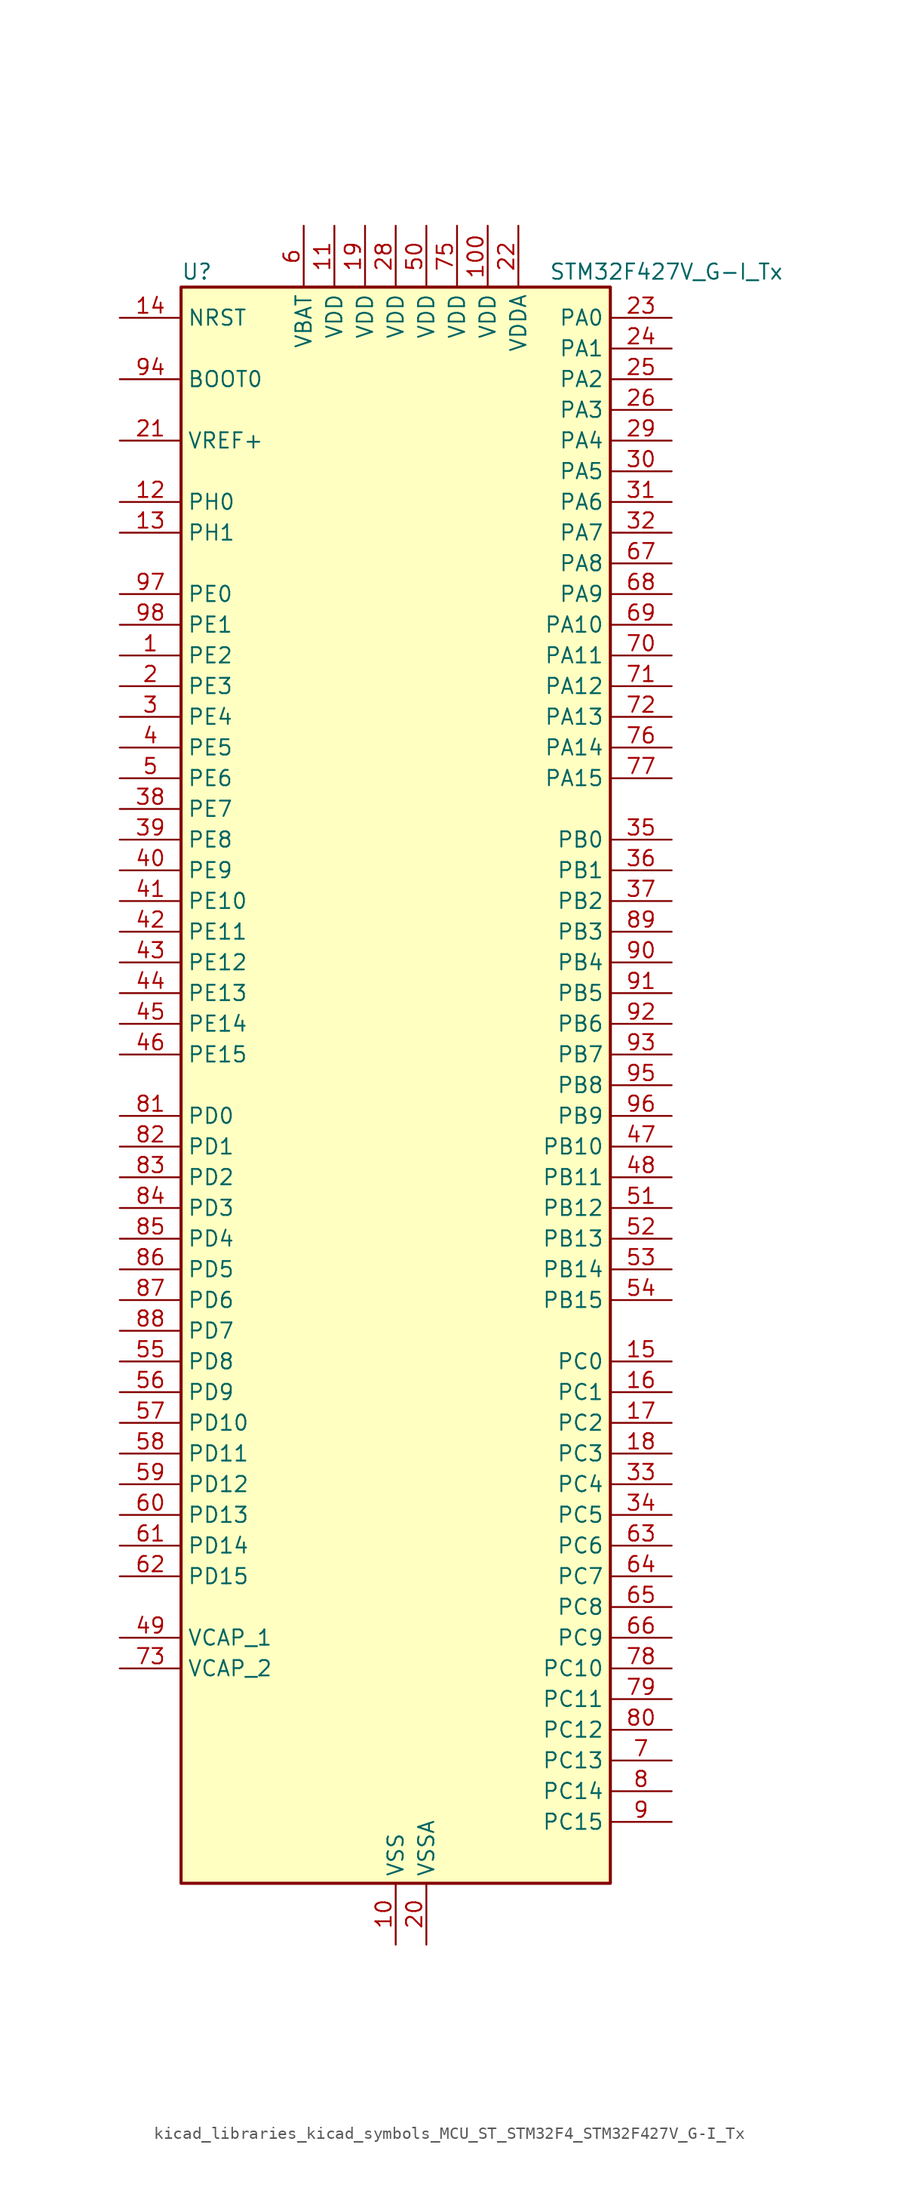
<source format=kicad_sym>
(kicad_symbol_lib
  (version 20220914)
  (generator kicad_symbol_editor)
  (symbol "kicad_libraries_kicad_symbols_MCU_ST_STM32F4_STM32F427V_G-I_Tx"
    (property "Reference" "U"
      (at -17.78 67.31 0)
      (effects (font (size 1.27 1.27)) (justify left)))
    (property "Value" "STM32F427V_G-I_Tx"
      (at 12.7 67.31 0)
      (effects (font (size 1.27 1.27)) (justify left)))
    (property "ki_locked" ""
      (at 0 0 0)
      (effects (font (size 1.27 1.27))))
    (symbol "kicad_libraries_kicad_symbols_MCU_ST_STM32F4_STM32F427V_G-I_Tx_0_1"
      (rectangle (start -17.78 -66.04) (end 17.78 66.04) (stroke (width 0.254) (type default)) (fill (type background))))
    (symbol "kicad_libraries_kicad_symbols_MCU_ST_STM32F4_STM32F427V_G-I_Tx_1_1"
      (pin bidirectional line (at -22.86 35.56 0) (length 5.08) (name "PE2" (effects (font (size 1.27 1.27)))) (number "1" (effects (font (size 1.27 1.27)))) (alternate "ETH_TXD3" bidirectional line) (alternate "FMC_A23" bidirectional line) (alternate "SAI1_MCLK_A" bidirectional line) (alternate "SPI4_SCK" bidirectional line) (alternate "SYS_TRACECLK" bidirectional line))
      (pin power_in line (at 0 -71.12 90) (length 5.08) (name "VSS" (effects (font (size 1.27 1.27)))) (number "10" (effects (font (size 1.27 1.27)))))
      (pin power_in line (at 7.62 71.12 270) (length 5.08) (name "VDD" (effects (font (size 1.27 1.27)))) (number "100" (effects (font (size 1.27 1.27)))))
      (pin power_in line (at -5.08 71.12 270) (length 5.08) (name "VDD" (effects (font (size 1.27 1.27)))) (number "11" (effects (font (size 1.27 1.27)))))
      (pin bidirectional line (at -22.86 48.26 0) (length 5.08) (name "PH0" (effects (font (size 1.27 1.27)))) (number "12" (effects (font (size 1.27 1.27)))) (alternate "RCC_OSC_IN" bidirectional line))
      (pin bidirectional line (at -22.86 45.72 0) (length 5.08) (name "PH1" (effects (font (size 1.27 1.27)))) (number "13" (effects (font (size 1.27 1.27)))) (alternate "RCC_OSC_OUT" bidirectional line))
      (pin input line (at -22.86 63.5 0) (length 5.08) (name "NRST" (effects (font (size 1.27 1.27)))) (number "14" (effects (font (size 1.27 1.27)))))
      (pin bidirectional line (at 22.86 -22.86 180) (length 5.08) (name "PC0" (effects (font (size 1.27 1.27)))) (number "15" (effects (font (size 1.27 1.27)))) (alternate "ADC1_IN10" bidirectional line) (alternate "ADC2_IN10" bidirectional line) (alternate "ADC3_IN10" bidirectional line) (alternate "FMC_SDNWE" bidirectional line) (alternate "USB_OTG_HS_ULPI_STP" bidirectional line))
      (pin bidirectional line (at 22.86 -25.4 180) (length 5.08) (name "PC1" (effects (font (size 1.27 1.27)))) (number "16" (effects (font (size 1.27 1.27)))) (alternate "ADC1_IN11" bidirectional line) (alternate "ADC2_IN11" bidirectional line) (alternate "ADC3_IN11" bidirectional line) (alternate "ETH_MDC" bidirectional line))
      (pin bidirectional line (at 22.86 -27.94 180) (length 5.08) (name "PC2" (effects (font (size 1.27 1.27)))) (number "17" (effects (font (size 1.27 1.27)))) (alternate "ADC1_IN12" bidirectional line) (alternate "ADC2_IN12" bidirectional line) (alternate "ADC3_IN12" bidirectional line) (alternate "ETH_TXD2" bidirectional line) (alternate "FMC_SDNE0" bidirectional line) (alternate "I2S2_ext_SD" bidirectional line) (alternate "SPI2_MISO" bidirectional line) (alternate "USB_OTG_HS_ULPI_DIR" bidirectional line))
      (pin bidirectional line (at 22.86 -30.48 180) (length 5.08) (name "PC3" (effects (font (size 1.27 1.27)))) (number "18" (effects (font (size 1.27 1.27)))) (alternate "ADC1_IN13" bidirectional line) (alternate "ADC2_IN13" bidirectional line) (alternate "ADC3_IN13" bidirectional line) (alternate "ETH_TX_CLK" bidirectional line) (alternate "FMC_SDCKE0" bidirectional line) (alternate "I2S2_SD" bidirectional line) (alternate "SPI2_MOSI" bidirectional line) (alternate "USB_OTG_HS_ULPI_NXT" bidirectional line))
      (pin power_in line (at -2.54 71.12 270) (length 5.08) (name "VDD" (effects (font (size 1.27 1.27)))) (number "19" (effects (font (size 1.27 1.27)))))
      (pin bidirectional line (at -22.86 33.02 0) (length 5.08) (name "PE3" (effects (font (size 1.27 1.27)))) (number "2" (effects (font (size 1.27 1.27)))) (alternate "FMC_A19" bidirectional line) (alternate "SAI1_SD_B" bidirectional line) (alternate "SYS_TRACED0" bidirectional line))
      (pin power_in line (at 2.54 -71.12 90) (length 5.08) (name "VSSA" (effects (font (size 1.27 1.27)))) (number "20" (effects (font (size 1.27 1.27)))))
      (pin input line (at -22.86 53.34 0) (length 5.08) (name "VREF+" (effects (font (size 1.27 1.27)))) (number "21" (effects (font (size 1.27 1.27)))))
      (pin power_in line (at 10.16 71.12 270) (length 5.08) (name "VDDA" (effects (font (size 1.27 1.27)))) (number "22" (effects (font (size 1.27 1.27)))))
      (pin bidirectional line (at 22.86 63.5 180) (length 5.08) (name "PA0" (effects (font (size 1.27 1.27)))) (number "23" (effects (font (size 1.27 1.27)))) (alternate "ADC1_IN0" bidirectional line) (alternate "ADC2_IN0" bidirectional line) (alternate "ADC3_IN0" bidirectional line) (alternate "ETH_CRS" bidirectional line) (alternate "SYS_WKUP" bidirectional line) (alternate "TIM2_CH1" bidirectional line) (alternate "TIM2_ETR" bidirectional line) (alternate "TIM5_CH1" bidirectional line) (alternate "TIM8_ETR" bidirectional line) (alternate "UART4_TX" bidirectional line) (alternate "USART2_CTS" bidirectional line))
      (pin bidirectional line (at 22.86 60.96 180) (length 5.08) (name "PA1" (effects (font (size 1.27 1.27)))) (number "24" (effects (font (size 1.27 1.27)))) (alternate "ADC1_IN1" bidirectional line) (alternate "ADC2_IN1" bidirectional line) (alternate "ADC3_IN1" bidirectional line) (alternate "ETH_REF_CLK" bidirectional line) (alternate "ETH_RX_CLK" bidirectional line) (alternate "TIM2_CH2" bidirectional line) (alternate "TIM5_CH2" bidirectional line) (alternate "UART4_RX" bidirectional line) (alternate "USART2_RTS" bidirectional line))
      (pin bidirectional line (at 22.86 58.42 180) (length 5.08) (name "PA2" (effects (font (size 1.27 1.27)))) (number "25" (effects (font (size 1.27 1.27)))) (alternate "ADC1_IN2" bidirectional line) (alternate "ADC2_IN2" bidirectional line) (alternate "ADC3_IN2" bidirectional line) (alternate "ETH_MDIO" bidirectional line) (alternate "TIM2_CH3" bidirectional line) (alternate "TIM5_CH3" bidirectional line) (alternate "TIM9_CH1" bidirectional line) (alternate "USART2_TX" bidirectional line))
      (pin bidirectional line (at 22.86 55.88 180) (length 5.08) (name "PA3" (effects (font (size 1.27 1.27)))) (number "26" (effects (font (size 1.27 1.27)))) (alternate "ADC1_IN3" bidirectional line) (alternate "ADC2_IN3" bidirectional line) (alternate "ADC3_IN3" bidirectional line) (alternate "ETH_COL" bidirectional line) (alternate "TIM2_CH4" bidirectional line) (alternate "TIM5_CH4" bidirectional line) (alternate "TIM9_CH2" bidirectional line) (alternate "USART2_RX" bidirectional line) (alternate "USB_OTG_HS_ULPI_D0" bidirectional line))
      (pin passive line (at 0 -71.12 90) (length 5.08) hide (name "VSS" (effects (font (size 1.27 1.27)))) (number "27" (effects (font (size 1.27 1.27)))))
      (pin power_in line (at 0 71.12 270) (length 5.08) (name "VDD" (effects (font (size 1.27 1.27)))) (number "28" (effects (font (size 1.27 1.27)))))
      (pin bidirectional line (at 22.86 53.34 180) (length 5.08) (name "PA4" (effects (font (size 1.27 1.27)))) (number "29" (effects (font (size 1.27 1.27)))) (alternate "ADC1_IN4" bidirectional line) (alternate "ADC2_IN4" bidirectional line) (alternate "DAC_OUT1" bidirectional line) (alternate "DCMI_HSYNC" bidirectional line) (alternate "I2S3_WS" bidirectional line) (alternate "SPI1_NSS" bidirectional line) (alternate "SPI3_NSS" bidirectional line) (alternate "USART2_CK" bidirectional line) (alternate "USB_OTG_HS_SOF" bidirectional line))
      (pin bidirectional line (at -22.86 30.48 0) (length 5.08) (name "PE4" (effects (font (size 1.27 1.27)))) (number "3" (effects (font (size 1.27 1.27)))) (alternate "DCMI_D4" bidirectional line) (alternate "FMC_A20" bidirectional line) (alternate "SAI1_FS_A" bidirectional line) (alternate "SPI4_NSS" bidirectional line) (alternate "SYS_TRACED1" bidirectional line))
      (pin bidirectional line (at 22.86 50.8 180) (length 5.08) (name "PA5" (effects (font (size 1.27 1.27)))) (number "30" (effects (font (size 1.27 1.27)))) (alternate "ADC1_IN5" bidirectional line) (alternate "ADC2_IN5" bidirectional line) (alternate "DAC_OUT2" bidirectional line) (alternate "SPI1_SCK" bidirectional line) (alternate "TIM2_CH1" bidirectional line) (alternate "TIM2_ETR" bidirectional line) (alternate "TIM8_CH1N" bidirectional line) (alternate "USB_OTG_HS_ULPI_CK" bidirectional line))
      (pin bidirectional line (at 22.86 48.26 180) (length 5.08) (name "PA6" (effects (font (size 1.27 1.27)))) (number "31" (effects (font (size 1.27 1.27)))) (alternate "ADC1_IN6" bidirectional line) (alternate "ADC2_IN6" bidirectional line) (alternate "DCMI_PIXCLK" bidirectional line) (alternate "SPI1_MISO" bidirectional line) (alternate "TIM13_CH1" bidirectional line) (alternate "TIM1_BKIN" bidirectional line) (alternate "TIM3_CH1" bidirectional line) (alternate "TIM8_BKIN" bidirectional line))
      (pin bidirectional line (at 22.86 45.72 180) (length 5.08) (name "PA7" (effects (font (size 1.27 1.27)))) (number "32" (effects (font (size 1.27 1.27)))) (alternate "ADC1_IN7" bidirectional line) (alternate "ADC2_IN7" bidirectional line) (alternate "ETH_CRS_DV" bidirectional line) (alternate "ETH_RX_DV" bidirectional line) (alternate "SPI1_MOSI" bidirectional line) (alternate "TIM14_CH1" bidirectional line) (alternate "TIM1_CH1N" bidirectional line) (alternate "TIM3_CH2" bidirectional line) (alternate "TIM8_CH1N" bidirectional line))
      (pin bidirectional line (at 22.86 -33.02 180) (length 5.08) (name "PC4" (effects (font (size 1.27 1.27)))) (number "33" (effects (font (size 1.27 1.27)))) (alternate "ADC1_IN14" bidirectional line) (alternate "ADC2_IN14" bidirectional line) (alternate "ETH_RXD0" bidirectional line))
      (pin bidirectional line (at 22.86 -35.56 180) (length 5.08) (name "PC5" (effects (font (size 1.27 1.27)))) (number "34" (effects (font (size 1.27 1.27)))) (alternate "ADC1_IN15" bidirectional line) (alternate "ADC2_IN15" bidirectional line) (alternate "ETH_RXD1" bidirectional line))
      (pin bidirectional line (at 22.86 20.32 180) (length 5.08) (name "PB0" (effects (font (size 1.27 1.27)))) (number "35" (effects (font (size 1.27 1.27)))) (alternate "ADC1_IN8" bidirectional line) (alternate "ADC2_IN8" bidirectional line) (alternate "ETH_RXD2" bidirectional line) (alternate "TIM1_CH2N" bidirectional line) (alternate "TIM3_CH3" bidirectional line) (alternate "TIM8_CH2N" bidirectional line) (alternate "USB_OTG_HS_ULPI_D1" bidirectional line))
      (pin bidirectional line (at 22.86 17.78 180) (length 5.08) (name "PB1" (effects (font (size 1.27 1.27)))) (number "36" (effects (font (size 1.27 1.27)))) (alternate "ADC1_IN9" bidirectional line) (alternate "ADC2_IN9" bidirectional line) (alternate "ETH_RXD3" bidirectional line) (alternate "TIM1_CH3N" bidirectional line) (alternate "TIM3_CH4" bidirectional line) (alternate "TIM8_CH3N" bidirectional line) (alternate "USB_OTG_HS_ULPI_D2" bidirectional line))
      (pin bidirectional line (at 22.86 15.24 180) (length 5.08) (name "PB2" (effects (font (size 1.27 1.27)))) (number "37" (effects (font (size 1.27 1.27)))))
      (pin bidirectional line (at -22.86 22.86 0) (length 5.08) (name "PE7" (effects (font (size 1.27 1.27)))) (number "38" (effects (font (size 1.27 1.27)))) (alternate "FMC_D4" bidirectional line) (alternate "FMC_DA4" bidirectional line) (alternate "TIM1_ETR" bidirectional line) (alternate "UART7_RX" bidirectional line))
      (pin bidirectional line (at -22.86 20.32 0) (length 5.08) (name "PE8" (effects (font (size 1.27 1.27)))) (number "39" (effects (font (size 1.27 1.27)))) (alternate "FMC_D5" bidirectional line) (alternate "FMC_DA5" bidirectional line) (alternate "TIM1_CH1N" bidirectional line) (alternate "UART7_TX" bidirectional line))
      (pin bidirectional line (at -22.86 27.94 0) (length 5.08) (name "PE5" (effects (font (size 1.27 1.27)))) (number "4" (effects (font (size 1.27 1.27)))) (alternate "DCMI_D6" bidirectional line) (alternate "FMC_A21" bidirectional line) (alternate "SAI1_SCK_A" bidirectional line) (alternate "SPI4_MISO" bidirectional line) (alternate "SYS_TRACED2" bidirectional line) (alternate "TIM9_CH1" bidirectional line))
      (pin bidirectional line (at -22.86 17.78 0) (length 5.08) (name "PE9" (effects (font (size 1.27 1.27)))) (number "40" (effects (font (size 1.27 1.27)))) (alternate "DAC_EXTI9" bidirectional line) (alternate "FMC_D6" bidirectional line) (alternate "FMC_DA6" bidirectional line) (alternate "TIM1_CH1" bidirectional line))
      (pin bidirectional line (at -22.86 15.24 0) (length 5.08) (name "PE10" (effects (font (size 1.27 1.27)))) (number "41" (effects (font (size 1.27 1.27)))) (alternate "FMC_D7" bidirectional line) (alternate "FMC_DA7" bidirectional line) (alternate "TIM1_CH2N" bidirectional line))
      (pin bidirectional line (at -22.86 12.7 0) (length 5.08) (name "PE11" (effects (font (size 1.27 1.27)))) (number "42" (effects (font (size 1.27 1.27)))) (alternate "ADC1_EXTI11" bidirectional line) (alternate "ADC2_EXTI11" bidirectional line) (alternate "ADC3_EXTI11" bidirectional line) (alternate "FMC_D8" bidirectional line) (alternate "FMC_DA8" bidirectional line) (alternate "SPI4_NSS" bidirectional line) (alternate "TIM1_CH2" bidirectional line))
      (pin bidirectional line (at -22.86 10.16 0) (length 5.08) (name "PE12" (effects (font (size 1.27 1.27)))) (number "43" (effects (font (size 1.27 1.27)))) (alternate "FMC_D9" bidirectional line) (alternate "FMC_DA9" bidirectional line) (alternate "SPI4_SCK" bidirectional line) (alternate "TIM1_CH3N" bidirectional line))
      (pin bidirectional line (at -22.86 7.62 0) (length 5.08) (name "PE13" (effects (font (size 1.27 1.27)))) (number "44" (effects (font (size 1.27 1.27)))) (alternate "FMC_D10" bidirectional line) (alternate "FMC_DA10" bidirectional line) (alternate "SPI4_MISO" bidirectional line) (alternate "TIM1_CH3" bidirectional line))
      (pin bidirectional line (at -22.86 5.08 0) (length 5.08) (name "PE14" (effects (font (size 1.27 1.27)))) (number "45" (effects (font (size 1.27 1.27)))) (alternate "FMC_D11" bidirectional line) (alternate "FMC_DA11" bidirectional line) (alternate "SPI4_MOSI" bidirectional line) (alternate "TIM1_CH4" bidirectional line))
      (pin bidirectional line (at -22.86 2.54 0) (length 5.08) (name "PE15" (effects (font (size 1.27 1.27)))) (number "46" (effects (font (size 1.27 1.27)))) (alternate "ADC1_EXTI15" bidirectional line) (alternate "ADC2_EXTI15" bidirectional line) (alternate "ADC3_EXTI15" bidirectional line) (alternate "FMC_D12" bidirectional line) (alternate "FMC_DA12" bidirectional line) (alternate "TIM1_BKIN" bidirectional line))
      (pin bidirectional line (at 22.86 -5.08 180) (length 5.08) (name "PB10" (effects (font (size 1.27 1.27)))) (number "47" (effects (font (size 1.27 1.27)))) (alternate "ETH_RX_ER" bidirectional line) (alternate "I2C2_SCL" bidirectional line) (alternate "I2S2_CK" bidirectional line) (alternate "SPI2_SCK" bidirectional line) (alternate "TIM2_CH3" bidirectional line) (alternate "USART3_TX" bidirectional line) (alternate "USB_OTG_HS_ULPI_D3" bidirectional line))
      (pin bidirectional line (at 22.86 -7.62 180) (length 5.08) (name "PB11" (effects (font (size 1.27 1.27)))) (number "48" (effects (font (size 1.27 1.27)))) (alternate "ADC1_EXTI11" bidirectional line) (alternate "ADC2_EXTI11" bidirectional line) (alternate "ADC3_EXTI11" bidirectional line) (alternate "ETH_TX_EN" bidirectional line) (alternate "I2C2_SDA" bidirectional line) (alternate "TIM2_CH4" bidirectional line) (alternate "USART3_RX" bidirectional line) (alternate "USB_OTG_HS_ULPI_D4" bidirectional line))
      (pin power_out line (at -22.86 -45.72 0) (length 5.08) (name "VCAP_1" (effects (font (size 1.27 1.27)))) (number "49" (effects (font (size 1.27 1.27)))))
      (pin bidirectional line (at -22.86 25.4 0) (length 5.08) (name "PE6" (effects (font (size 1.27 1.27)))) (number "5" (effects (font (size 1.27 1.27)))) (alternate "DCMI_D7" bidirectional line) (alternate "FMC_A22" bidirectional line) (alternate "SAI1_SD_A" bidirectional line) (alternate "SPI4_MOSI" bidirectional line) (alternate "SYS_TRACED3" bidirectional line) (alternate "TIM9_CH2" bidirectional line))
      (pin power_in line (at 2.54 71.12 270) (length 5.08) (name "VDD" (effects (font (size 1.27 1.27)))) (number "50" (effects (font (size 1.27 1.27)))))
      (pin bidirectional line (at 22.86 -10.16 180) (length 5.08) (name "PB12" (effects (font (size 1.27 1.27)))) (number "51" (effects (font (size 1.27 1.27)))) (alternate "CAN2_RX" bidirectional line) (alternate "ETH_TXD0" bidirectional line) (alternate "I2C2_SMBA" bidirectional line) (alternate "I2S2_WS" bidirectional line) (alternate "SPI2_NSS" bidirectional line) (alternate "TIM1_BKIN" bidirectional line) (alternate "USART3_CK" bidirectional line) (alternate "USB_OTG_HS_ID" bidirectional line) (alternate "USB_OTG_HS_ULPI_D5" bidirectional line))
      (pin bidirectional line (at 22.86 -12.7 180) (length 5.08) (name "PB13" (effects (font (size 1.27 1.27)))) (number "52" (effects (font (size 1.27 1.27)))) (alternate "CAN2_TX" bidirectional line) (alternate "ETH_TXD1" bidirectional line) (alternate "I2S2_CK" bidirectional line) (alternate "SPI2_SCK" bidirectional line) (alternate "TIM1_CH1N" bidirectional line) (alternate "USART3_CTS" bidirectional line) (alternate "USB_OTG_HS_ULPI_D6" bidirectional line) (alternate "USB_OTG_HS_VBUS" bidirectional line))
      (pin bidirectional line (at 22.86 -15.24 180) (length 5.08) (name "PB14" (effects (font (size 1.27 1.27)))) (number "53" (effects (font (size 1.27 1.27)))) (alternate "I2S2_ext_SD" bidirectional line) (alternate "SPI2_MISO" bidirectional line) (alternate "TIM12_CH1" bidirectional line) (alternate "TIM1_CH2N" bidirectional line) (alternate "TIM8_CH2N" bidirectional line) (alternate "USART3_RTS" bidirectional line) (alternate "USB_OTG_HS_DM" bidirectional line))
      (pin bidirectional line (at 22.86 -17.78 180) (length 5.08) (name "PB15" (effects (font (size 1.27 1.27)))) (number "54" (effects (font (size 1.27 1.27)))) (alternate "ADC1_EXTI15" bidirectional line) (alternate "ADC2_EXTI15" bidirectional line) (alternate "ADC3_EXTI15" bidirectional line) (alternate "I2S2_SD" bidirectional line) (alternate "RTC_REFIN" bidirectional line) (alternate "SPI2_MOSI" bidirectional line) (alternate "TIM12_CH2" bidirectional line) (alternate "TIM1_CH3N" bidirectional line) (alternate "TIM8_CH3N" bidirectional line) (alternate "USB_OTG_HS_DP" bidirectional line))
      (pin bidirectional line (at -22.86 -22.86 0) (length 5.08) (name "PD8" (effects (font (size 1.27 1.27)))) (number "55" (effects (font (size 1.27 1.27)))) (alternate "FMC_D13" bidirectional line) (alternate "FMC_DA13" bidirectional line) (alternate "USART3_TX" bidirectional line))
      (pin bidirectional line (at -22.86 -25.4 0) (length 5.08) (name "PD9" (effects (font (size 1.27 1.27)))) (number "56" (effects (font (size 1.27 1.27)))) (alternate "DAC_EXTI9" bidirectional line) (alternate "FMC_D14" bidirectional line) (alternate "FMC_DA14" bidirectional line) (alternate "USART3_RX" bidirectional line))
      (pin bidirectional line (at -22.86 -27.94 0) (length 5.08) (name "PD10" (effects (font (size 1.27 1.27)))) (number "57" (effects (font (size 1.27 1.27)))) (alternate "FMC_D15" bidirectional line) (alternate "FMC_DA15" bidirectional line) (alternate "USART3_CK" bidirectional line))
      (pin bidirectional line (at -22.86 -30.48 0) (length 5.08) (name "PD11" (effects (font (size 1.27 1.27)))) (number "58" (effects (font (size 1.27 1.27)))) (alternate "ADC1_EXTI11" bidirectional line) (alternate "ADC2_EXTI11" bidirectional line) (alternate "ADC3_EXTI11" bidirectional line) (alternate "FMC_A16" bidirectional line) (alternate "FMC_CLE" bidirectional line) (alternate "USART3_CTS" bidirectional line))
      (pin bidirectional line (at -22.86 -33.02 0) (length 5.08) (name "PD12" (effects (font (size 1.27 1.27)))) (number "59" (effects (font (size 1.27 1.27)))) (alternate "FMC_A17" bidirectional line) (alternate "FMC_ALE" bidirectional line) (alternate "TIM4_CH1" bidirectional line) (alternate "USART3_RTS" bidirectional line))
      (pin power_in line (at -7.62 71.12 270) (length 5.08) (name "VBAT" (effects (font (size 1.27 1.27)))) (number "6" (effects (font (size 1.27 1.27)))))
      (pin bidirectional line (at -22.86 -35.56 0) (length 5.08) (name "PD13" (effects (font (size 1.27 1.27)))) (number "60" (effects (font (size 1.27 1.27)))) (alternate "FMC_A18" bidirectional line) (alternate "TIM4_CH2" bidirectional line))
      (pin bidirectional line (at -22.86 -38.1 0) (length 5.08) (name "PD14" (effects (font (size 1.27 1.27)))) (number "61" (effects (font (size 1.27 1.27)))) (alternate "FMC_D0" bidirectional line) (alternate "FMC_DA0" bidirectional line) (alternate "TIM4_CH3" bidirectional line))
      (pin bidirectional line (at -22.86 -40.64 0) (length 5.08) (name "PD15" (effects (font (size 1.27 1.27)))) (number "62" (effects (font (size 1.27 1.27)))) (alternate "ADC1_EXTI15" bidirectional line) (alternate "ADC2_EXTI15" bidirectional line) (alternate "ADC3_EXTI15" bidirectional line) (alternate "FMC_D1" bidirectional line) (alternate "FMC_DA1" bidirectional line) (alternate "TIM4_CH4" bidirectional line))
      (pin bidirectional line (at 22.86 -38.1 180) (length 5.08) (name "PC6" (effects (font (size 1.27 1.27)))) (number "63" (effects (font (size 1.27 1.27)))) (alternate "DCMI_D0" bidirectional line) (alternate "I2S2_MCK" bidirectional line) (alternate "SDIO_D6" bidirectional line) (alternate "TIM3_CH1" bidirectional line) (alternate "TIM8_CH1" bidirectional line) (alternate "USART6_TX" bidirectional line))
      (pin bidirectional line (at 22.86 -40.64 180) (length 5.08) (name "PC7" (effects (font (size 1.27 1.27)))) (number "64" (effects (font (size 1.27 1.27)))) (alternate "DCMI_D1" bidirectional line) (alternate "I2S3_MCK" bidirectional line) (alternate "SDIO_D7" bidirectional line) (alternate "TIM3_CH2" bidirectional line) (alternate "TIM8_CH2" bidirectional line) (alternate "USART6_RX" bidirectional line))
      (pin bidirectional line (at 22.86 -43.18 180) (length 5.08) (name "PC8" (effects (font (size 1.27 1.27)))) (number "65" (effects (font (size 1.27 1.27)))) (alternate "DCMI_D2" bidirectional line) (alternate "SDIO_D0" bidirectional line) (alternate "TIM3_CH3" bidirectional line) (alternate "TIM8_CH3" bidirectional line) (alternate "USART6_CK" bidirectional line))
      (pin bidirectional line (at 22.86 -45.72 180) (length 5.08) (name "PC9" (effects (font (size 1.27 1.27)))) (number "66" (effects (font (size 1.27 1.27)))) (alternate "DAC_EXTI9" bidirectional line) (alternate "DCMI_D3" bidirectional line) (alternate "I2C3_SDA" bidirectional line) (alternate "I2S_CKIN" bidirectional line) (alternate "RCC_MCO_2" bidirectional line) (alternate "SDIO_D1" bidirectional line) (alternate "TIM3_CH4" bidirectional line) (alternate "TIM8_CH4" bidirectional line))
      (pin bidirectional line (at 22.86 43.18 180) (length 5.08) (name "PA8" (effects (font (size 1.27 1.27)))) (number "67" (effects (font (size 1.27 1.27)))) (alternate "I2C3_SCL" bidirectional line) (alternate "RCC_MCO_1" bidirectional line) (alternate "TIM1_CH1" bidirectional line) (alternate "USART1_CK" bidirectional line) (alternate "USB_OTG_FS_SOF" bidirectional line))
      (pin bidirectional line (at 22.86 40.64 180) (length 5.08) (name "PA9" (effects (font (size 1.27 1.27)))) (number "68" (effects (font (size 1.27 1.27)))) (alternate "DAC_EXTI9" bidirectional line) (alternate "DCMI_D0" bidirectional line) (alternate "I2C3_SMBA" bidirectional line) (alternate "TIM1_CH2" bidirectional line) (alternate "USART1_TX" bidirectional line) (alternate "USB_OTG_FS_VBUS" bidirectional line))
      (pin bidirectional line (at 22.86 38.1 180) (length 5.08) (name "PA10" (effects (font (size 1.27 1.27)))) (number "69" (effects (font (size 1.27 1.27)))) (alternate "DCMI_D1" bidirectional line) (alternate "TIM1_CH3" bidirectional line) (alternate "USART1_RX" bidirectional line) (alternate "USB_OTG_FS_ID" bidirectional line))
      (pin bidirectional line (at 22.86 -55.88 180) (length 5.08) (name "PC13" (effects (font (size 1.27 1.27)))) (number "7" (effects (font (size 1.27 1.27)))) (alternate "RTC_AF1" bidirectional line))
      (pin bidirectional line (at 22.86 35.56 180) (length 5.08) (name "PA11" (effects (font (size 1.27 1.27)))) (number "70" (effects (font (size 1.27 1.27)))) (alternate "ADC1_EXTI11" bidirectional line) (alternate "ADC2_EXTI11" bidirectional line) (alternate "ADC3_EXTI11" bidirectional line) (alternate "CAN1_RX" bidirectional line) (alternate "TIM1_CH4" bidirectional line) (alternate "USART1_CTS" bidirectional line) (alternate "USB_OTG_FS_DM" bidirectional line))
      (pin bidirectional line (at 22.86 33.02 180) (length 5.08) (name "PA12" (effects (font (size 1.27 1.27)))) (number "71" (effects (font (size 1.27 1.27)))) (alternate "CAN1_TX" bidirectional line) (alternate "TIM1_ETR" bidirectional line) (alternate "USART1_RTS" bidirectional line) (alternate "USB_OTG_FS_DP" bidirectional line))
      (pin bidirectional line (at 22.86 30.48 180) (length 5.08) (name "PA13" (effects (font (size 1.27 1.27)))) (number "72" (effects (font (size 1.27 1.27)))) (alternate "SYS_JTMS-SWDIO" bidirectional line))
      (pin power_out line (at -22.86 -48.26 0) (length 5.08) (name "VCAP_2" (effects (font (size 1.27 1.27)))) (number "73" (effects (font (size 1.27 1.27)))))
      (pin passive line (at 0 -71.12 90) (length 5.08) hide (name "VSS" (effects (font (size 1.27 1.27)))) (number "74" (effects (font (size 1.27 1.27)))))
      (pin power_in line (at 5.08 71.12 270) (length 5.08) (name "VDD" (effects (font (size 1.27 1.27)))) (number "75" (effects (font (size 1.27 1.27)))))
      (pin bidirectional line (at 22.86 27.94 180) (length 5.08) (name "PA14" (effects (font (size 1.27 1.27)))) (number "76" (effects (font (size 1.27 1.27)))) (alternate "SYS_JTCK-SWCLK" bidirectional line))
      (pin bidirectional line (at 22.86 25.4 180) (length 5.08) (name "PA15" (effects (font (size 1.27 1.27)))) (number "77" (effects (font (size 1.27 1.27)))) (alternate "ADC1_EXTI15" bidirectional line) (alternate "ADC2_EXTI15" bidirectional line) (alternate "ADC3_EXTI15" bidirectional line) (alternate "I2S3_WS" bidirectional line) (alternate "SPI1_NSS" bidirectional line) (alternate "SPI3_NSS" bidirectional line) (alternate "SYS_JTDI" bidirectional line) (alternate "TIM2_CH1" bidirectional line) (alternate "TIM2_ETR" bidirectional line))
      (pin bidirectional line (at 22.86 -48.26 180) (length 5.08) (name "PC10" (effects (font (size 1.27 1.27)))) (number "78" (effects (font (size 1.27 1.27)))) (alternate "DCMI_D8" bidirectional line) (alternate "I2S3_CK" bidirectional line) (alternate "SDIO_D2" bidirectional line) (alternate "SPI3_SCK" bidirectional line) (alternate "UART4_TX" bidirectional line) (alternate "USART3_TX" bidirectional line))
      (pin bidirectional line (at 22.86 -50.8 180) (length 5.08) (name "PC11" (effects (font (size 1.27 1.27)))) (number "79" (effects (font (size 1.27 1.27)))) (alternate "ADC1_EXTI11" bidirectional line) (alternate "ADC2_EXTI11" bidirectional line) (alternate "ADC3_EXTI11" bidirectional line) (alternate "DCMI_D4" bidirectional line) (alternate "I2S3_ext_SD" bidirectional line) (alternate "SDIO_D3" bidirectional line) (alternate "SPI3_MISO" bidirectional line) (alternate "UART4_RX" bidirectional line) (alternate "USART3_RX" bidirectional line))
      (pin bidirectional line (at 22.86 -58.42 180) (length 5.08) (name "PC14" (effects (font (size 1.27 1.27)))) (number "8" (effects (font (size 1.27 1.27)))) (alternate "RCC_OSC32_IN" bidirectional line))
      (pin bidirectional line (at 22.86 -53.34 180) (length 5.08) (name "PC12" (effects (font (size 1.27 1.27)))) (number "80" (effects (font (size 1.27 1.27)))) (alternate "DCMI_D9" bidirectional line) (alternate "I2S3_SD" bidirectional line) (alternate "SDIO_CK" bidirectional line) (alternate "SPI3_MOSI" bidirectional line) (alternate "UART5_TX" bidirectional line) (alternate "USART3_CK" bidirectional line))
      (pin bidirectional line (at -22.86 -2.54 0) (length 5.08) (name "PD0" (effects (font (size 1.27 1.27)))) (number "81" (effects (font (size 1.27 1.27)))) (alternate "CAN1_RX" bidirectional line) (alternate "FMC_D2" bidirectional line) (alternate "FMC_DA2" bidirectional line))
      (pin bidirectional line (at -22.86 -5.08 0) (length 5.08) (name "PD1" (effects (font (size 1.27 1.27)))) (number "82" (effects (font (size 1.27 1.27)))) (alternate "CAN1_TX" bidirectional line) (alternate "FMC_D3" bidirectional line) (alternate "FMC_DA3" bidirectional line))
      (pin bidirectional line (at -22.86 -7.62 0) (length 5.08) (name "PD2" (effects (font (size 1.27 1.27)))) (number "83" (effects (font (size 1.27 1.27)))) (alternate "DCMI_D11" bidirectional line) (alternate "SDIO_CMD" bidirectional line) (alternate "TIM3_ETR" bidirectional line) (alternate "UART5_RX" bidirectional line))
      (pin bidirectional line (at -22.86 -10.16 0) (length 5.08) (name "PD3" (effects (font (size 1.27 1.27)))) (number "84" (effects (font (size 1.27 1.27)))) (alternate "DCMI_D5" bidirectional line) (alternate "FMC_CLK" bidirectional line) (alternate "I2S2_CK" bidirectional line) (alternate "SPI2_SCK" bidirectional line) (alternate "USART2_CTS" bidirectional line))
      (pin bidirectional line (at -22.86 -12.7 0) (length 5.08) (name "PD4" (effects (font (size 1.27 1.27)))) (number "85" (effects (font (size 1.27 1.27)))) (alternate "FMC_NOE" bidirectional line) (alternate "USART2_RTS" bidirectional line))
      (pin bidirectional line (at -22.86 -15.24 0) (length 5.08) (name "PD5" (effects (font (size 1.27 1.27)))) (number "86" (effects (font (size 1.27 1.27)))) (alternate "FMC_NWE" bidirectional line) (alternate "USART2_TX" bidirectional line))
      (pin bidirectional line (at -22.86 -17.78 0) (length 5.08) (name "PD6" (effects (font (size 1.27 1.27)))) (number "87" (effects (font (size 1.27 1.27)))) (alternate "DCMI_D10" bidirectional line) (alternate "FMC_NWAIT" bidirectional line) (alternate "I2S3_SD" bidirectional line) (alternate "SAI1_SD_A" bidirectional line) (alternate "SPI3_MOSI" bidirectional line) (alternate "USART2_RX" bidirectional line))
      (pin bidirectional line (at -22.86 -20.32 0) (length 5.08) (name "PD7" (effects (font (size 1.27 1.27)))) (number "88" (effects (font (size 1.27 1.27)))) (alternate "FMC_NCE2" bidirectional line) (alternate "FMC_NE1" bidirectional line) (alternate "USART2_CK" bidirectional line))
      (pin bidirectional line (at 22.86 12.7 180) (length 5.08) (name "PB3" (effects (font (size 1.27 1.27)))) (number "89" (effects (font (size 1.27 1.27)))) (alternate "I2S3_CK" bidirectional line) (alternate "SPI1_SCK" bidirectional line) (alternate "SPI3_SCK" bidirectional line) (alternate "SYS_JTDO-SWO" bidirectional line) (alternate "TIM2_CH2" bidirectional line))
      (pin bidirectional line (at 22.86 -60.96 180) (length 5.08) (name "PC15" (effects (font (size 1.27 1.27)))) (number "9" (effects (font (size 1.27 1.27)))) (alternate "ADC1_EXTI15" bidirectional line) (alternate "ADC2_EXTI15" bidirectional line) (alternate "ADC3_EXTI15" bidirectional line) (alternate "RCC_OSC32_OUT" bidirectional line))
      (pin bidirectional line (at 22.86 10.16 180) (length 5.08) (name "PB4" (effects (font (size 1.27 1.27)))) (number "90" (effects (font (size 1.27 1.27)))) (alternate "I2S3_ext_SD" bidirectional line) (alternate "SPI1_MISO" bidirectional line) (alternate "SPI3_MISO" bidirectional line) (alternate "SYS_JTRST" bidirectional line) (alternate "TIM3_CH1" bidirectional line))
      (pin bidirectional line (at 22.86 7.62 180) (length 5.08) (name "PB5" (effects (font (size 1.27 1.27)))) (number "91" (effects (font (size 1.27 1.27)))) (alternate "CAN2_RX" bidirectional line) (alternate "DCMI_D10" bidirectional line) (alternate "ETH_PPS_OUT" bidirectional line) (alternate "FMC_SDCKE1" bidirectional line) (alternate "I2C1_SMBA" bidirectional line) (alternate "I2S3_SD" bidirectional line) (alternate "SPI1_MOSI" bidirectional line) (alternate "SPI3_MOSI" bidirectional line) (alternate "TIM3_CH2" bidirectional line) (alternate "USB_OTG_HS_ULPI_D7" bidirectional line))
      (pin bidirectional line (at 22.86 5.08 180) (length 5.08) (name "PB6" (effects (font (size 1.27 1.27)))) (number "92" (effects (font (size 1.27 1.27)))) (alternate "CAN2_TX" bidirectional line) (alternate "DCMI_D5" bidirectional line) (alternate "FMC_SDNE1" bidirectional line) (alternate "I2C1_SCL" bidirectional line) (alternate "TIM4_CH1" bidirectional line) (alternate "USART1_TX" bidirectional line))
      (pin bidirectional line (at 22.86 2.54 180) (length 5.08) (name "PB7" (effects (font (size 1.27 1.27)))) (number "93" (effects (font (size 1.27 1.27)))) (alternate "DCMI_VSYNC" bidirectional line) (alternate "FMC_NL" bidirectional line) (alternate "I2C1_SDA" bidirectional line) (alternate "TIM4_CH2" bidirectional line) (alternate "USART1_RX" bidirectional line))
      (pin input line (at -22.86 58.42 0) (length 5.08) (name "BOOT0" (effects (font (size 1.27 1.27)))) (number "94" (effects (font (size 1.27 1.27)))))
      (pin bidirectional line (at 22.86 0 180) (length 5.08) (name "PB8" (effects (font (size 1.27 1.27)))) (number "95" (effects (font (size 1.27 1.27)))) (alternate "CAN1_RX" bidirectional line) (alternate "DCMI_D6" bidirectional line) (alternate "ETH_TXD3" bidirectional line) (alternate "I2C1_SCL" bidirectional line) (alternate "SDIO_D4" bidirectional line) (alternate "TIM10_CH1" bidirectional line) (alternate "TIM4_CH3" bidirectional line))
      (pin bidirectional line (at 22.86 -2.54 180) (length 5.08) (name "PB9" (effects (font (size 1.27 1.27)))) (number "96" (effects (font (size 1.27 1.27)))) (alternate "CAN1_TX" bidirectional line) (alternate "DAC_EXTI9" bidirectional line) (alternate "DCMI_D7" bidirectional line) (alternate "I2C1_SDA" bidirectional line) (alternate "I2S2_WS" bidirectional line) (alternate "SDIO_D5" bidirectional line) (alternate "SPI2_NSS" bidirectional line) (alternate "TIM11_CH1" bidirectional line) (alternate "TIM4_CH4" bidirectional line))
      (pin bidirectional line (at -22.86 40.64 0) (length 5.08) (name "PE0" (effects (font (size 1.27 1.27)))) (number "97" (effects (font (size 1.27 1.27)))) (alternate "DCMI_D2" bidirectional line) (alternate "FMC_NBL0" bidirectional line) (alternate "TIM4_ETR" bidirectional line) (alternate "UART8_RX" bidirectional line))
      (pin bidirectional line (at -22.86 38.1 0) (length 5.08) (name "PE1" (effects (font (size 1.27 1.27)))) (number "98" (effects (font (size 1.27 1.27)))) (alternate "DCMI_D3" bidirectional line) (alternate "FMC_NBL1" bidirectional line) (alternate "UART8_TX" bidirectional line))
      (pin passive line (at 0 -71.12 90) (length 5.08) hide (name "VSS" (effects (font (size 1.27 1.27)))) (number "99" (effects (font (size 1.27 1.27))))))))
</source>
